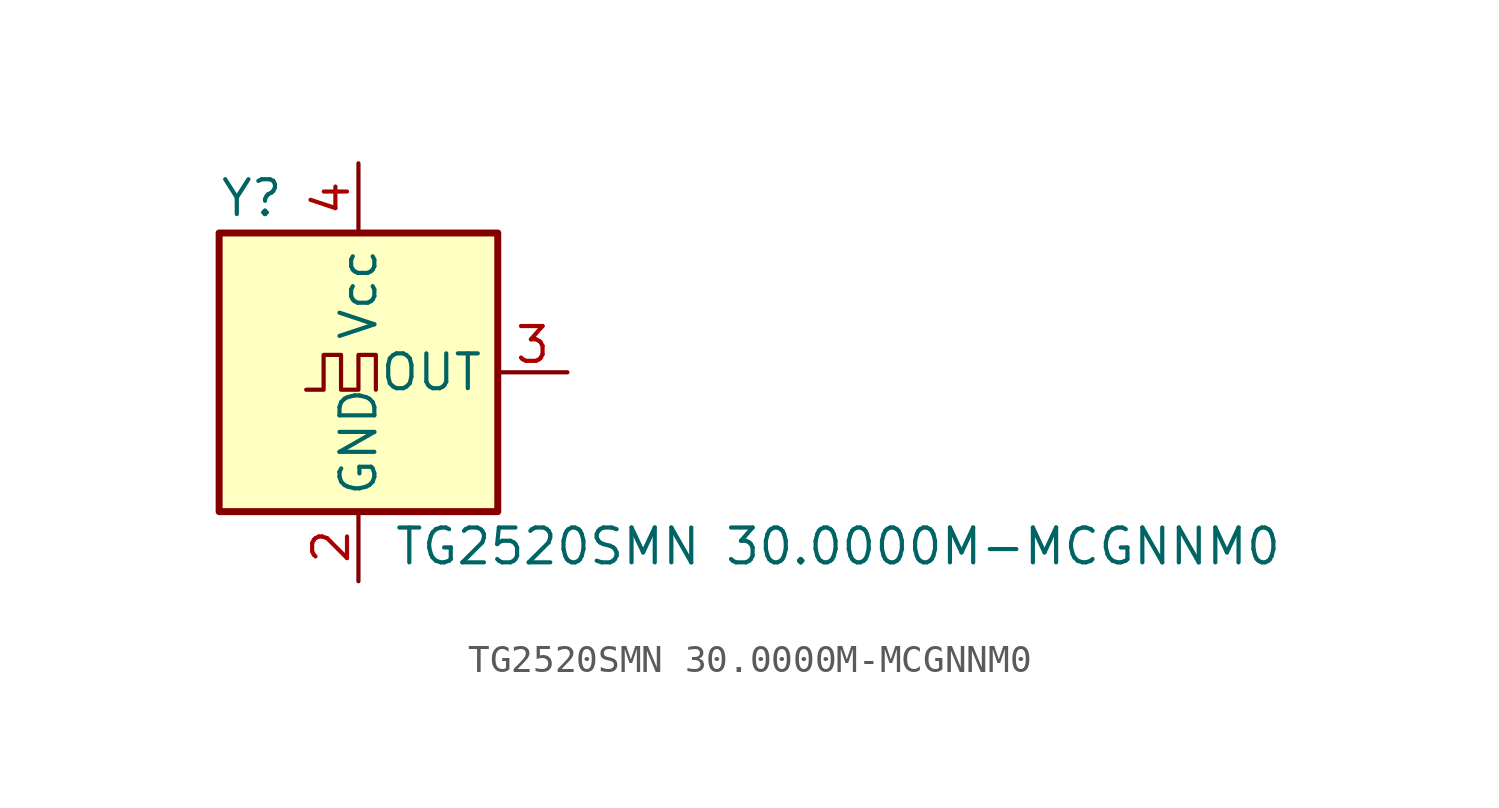
<source format=kicad_sym>
(kicad_symbol_lib
  (version 20241209)
  (generator "kicad_symbol_editor")
  (generator_version "9.0")
  (symbol "TG2520SMN 30.0000M-MCGNNM0"
    (property "Reference" "Y"
      (at -5.08 6.35 0)
      (effects (font (size 1.27 1.27)) (justify left)))
    (property "Value" "TG2520SMN 30.0000M-MCGNNM0"
      (at 1.27 -6.35 0)
      (effects (font (size 1.27 1.27)) (justify left)))
    (symbol "TG2520SMN 30.0000M-MCGNNM0_0_1"
      (rectangle (start -5.08 5.08) (end 5.08 -5.08) (stroke (width 0.254) (type default)) (fill (type background)))
      (polyline (pts (xy -1.905 -0.635) (xy -1.27 -0.635) (xy -1.27 0.635) (xy -0.635 0.635) (xy -0.635 -0.635) (xy 0 -0.635) (xy 0 0.635) (xy 0.635 0.635) (xy 0.635 -0.635)) (stroke (width 0) (type default)) (fill (type none))))
    (symbol "TG2520SMN 30.0000M-MCGNNM0_1_1"
      (pin no_connect line (at -5.08 0 0) (length 2.54) (hide yes) (name "NC" (effects (font (size 1.27 1.27)))) (number "1" (effects (font (size 1.27 1.27)))))
      (pin power_in line (at 0 7.62 270) (length 2.54) (name "Vcc" (effects (font (size 1.27 1.27)))) (number "4" (effects (font (size 1.27 1.27)))))
      (pin power_in line (at 0 -7.62 90) (length 2.54) (name "GND" (effects (font (size 1.27 1.27)))) (number "2" (effects (font (size 1.27 1.27)))))
      (pin output line (at 7.62 0 180) (length 2.54) (name "OUT" (effects (font (size 1.27 1.27)))) (number "3" (effects (font (size 1.27 1.27))))))))
</source>
